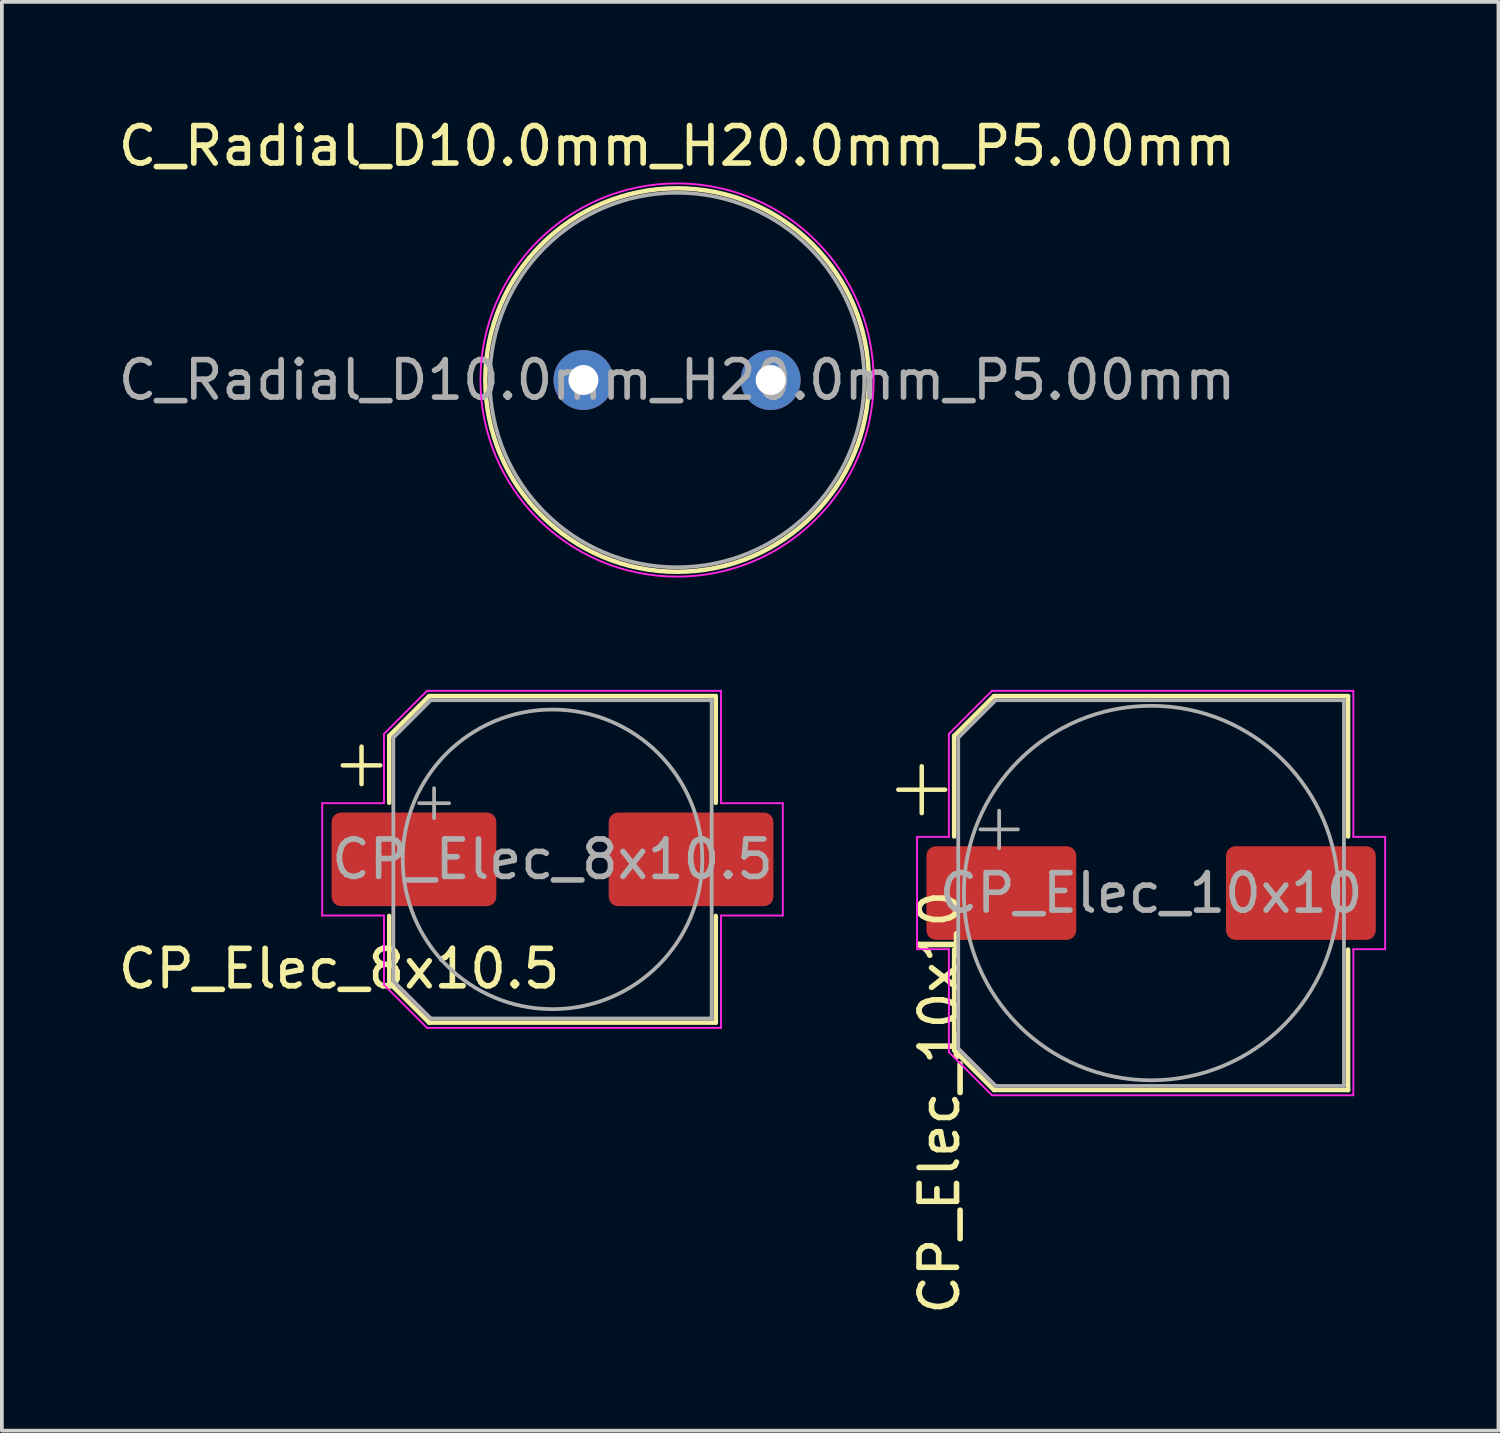
<source format=kicad_pcb>
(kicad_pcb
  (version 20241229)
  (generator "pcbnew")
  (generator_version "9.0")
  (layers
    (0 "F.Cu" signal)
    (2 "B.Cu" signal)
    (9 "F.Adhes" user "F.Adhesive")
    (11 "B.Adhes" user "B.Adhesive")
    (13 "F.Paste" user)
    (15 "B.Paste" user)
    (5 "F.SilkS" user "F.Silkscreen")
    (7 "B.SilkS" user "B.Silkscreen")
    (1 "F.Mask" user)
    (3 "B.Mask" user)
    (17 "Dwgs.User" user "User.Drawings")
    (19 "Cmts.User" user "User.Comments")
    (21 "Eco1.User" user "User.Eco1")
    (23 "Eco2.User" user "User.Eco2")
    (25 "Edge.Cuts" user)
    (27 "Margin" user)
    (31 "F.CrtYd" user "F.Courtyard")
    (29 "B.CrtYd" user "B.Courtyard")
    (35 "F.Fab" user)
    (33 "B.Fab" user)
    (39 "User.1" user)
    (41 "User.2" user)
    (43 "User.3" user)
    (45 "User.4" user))
  (footprint "CP_Elec_8x10.5"
    (layer "F.Cu")
    (at 11.704 19.898)
    (property "Reference" "CP_Elec_8x10.5" (at -5.698 2.921 0) (layer "F.SilkS") (effects (font (size 1 1) (thickness 0.15))))
    (attr smd)
    (fp_line (start -5.6 -2.51) (end -4.6 -2.51) (stroke (width 0.12) (type solid)) (layer "F.SilkS"))
    (fp_line (start -5.1 -3.01) (end -5.1 -2.01) (stroke (width 0.12) (type solid)) (layer "F.SilkS"))
    (fp_line (start -4.36 -3.296) (end -4.36 -1.51) (stroke (width 0.12) (type solid)) (layer "F.SilkS"))
    (fp_line (start -4.36 -3.296) (end -3.296 -4.36) (stroke (width 0.12) (type solid)) (layer "F.SilkS"))
    (fp_line (start -4.36 3.296) (end -4.36 1.51) (stroke (width 0.12) (type solid)) (layer "F.SilkS"))
    (fp_line (start -4.36 3.296) (end -3.296 4.36) (stroke (width 0.12) (type solid)) (layer "F.SilkS"))
    (fp_line (start -3.296 -4.36) (end 4.36 -4.36) (stroke (width 0.12) (type solid)) (layer "F.SilkS"))
    (fp_line (start -3.296 4.36) (end 4.36 4.36) (stroke (width 0.12) (type solid)) (layer "F.SilkS"))
    (fp_line (start 4.36 -4.36) (end 4.36 -1.51) (stroke (width 0.12) (type solid)) (layer "F.SilkS"))
    (fp_line (start 4.36 4.36) (end 4.36 1.51) (stroke (width 0.12) (type solid)) (layer "F.SilkS"))
    (fp_line (start -6.15 -1.5) (end -6.15 1.5) (stroke (width 0.05) (type solid)) (layer "F.CrtYd"))
    (fp_line (start -6.15 1.5) (end -4.5 1.5) (stroke (width 0.05) (type solid)) (layer "F.CrtYd"))
    (fp_line (start -4.5 -3.35) (end -4.5 -1.5) (stroke (width 0.05) (type solid)) (layer "F.CrtYd"))
    (fp_line (start -4.5 -3.35) (end -3.35 -4.5) (stroke (width 0.05) (type solid)) (layer "F.CrtYd"))
    (fp_line (start -4.5 -1.5) (end -6.15 -1.5) (stroke (width 0.05) (type solid)) (layer "F.CrtYd"))
    (fp_line (start -4.5 1.5) (end -4.5 3.35) (stroke (width 0.05) (type solid)) (layer "F.CrtYd"))
    (fp_line (start -4.5 3.35) (end -3.35 4.5) (stroke (width 0.05) (type solid)) (layer "F.CrtYd"))
    (fp_line (start -3.35 -4.5) (end 4.5 -4.5) (stroke (width 0.05) (type solid)) (layer "F.CrtYd"))
    (fp_line (start -3.35 4.5) (end 4.5 4.5) (stroke (width 0.05) (type solid)) (layer "F.CrtYd"))
    (fp_line (start 4.5 -4.5) (end 4.5 -1.5) (stroke (width 0.05) (type solid)) (layer "F.CrtYd"))
    (fp_line (start 4.5 -1.5) (end 6.15 -1.5) (stroke (width 0.05) (type solid)) (layer "F.CrtYd"))
    (fp_line (start 4.5 1.5) (end 4.5 4.5) (stroke (width 0.05) (type solid)) (layer "F.CrtYd"))
    (fp_line (start 6.15 -1.5) (end 6.15 1.5) (stroke (width 0.05) (type solid)) (layer "F.CrtYd"))
    (fp_line (start 6.15 1.5) (end 4.5 1.5) (stroke (width 0.05) (type solid)) (layer "F.CrtYd"))
    (fp_line (start -4.25 -3.25) (end -4.25 3.25) (stroke (width 0.1) (type solid)) (layer "F.Fab"))
    (fp_line (start -4.25 -3.25) (end -3.25 -4.25) (stroke (width 0.1) (type solid)) (layer "F.Fab"))
    (fp_line (start -4.25 3.25) (end -3.25 4.25) (stroke (width 0.1) (type solid)) (layer "F.Fab"))
    (fp_line (start -3.562 -1.5) (end -2.762 -1.5) (stroke (width 0.1) (type solid)) (layer "F.Fab"))
    (fp_line (start -3.25 -4.25) (end 4.25 -4.25) (stroke (width 0.1) (type solid)) (layer "F.Fab"))
    (fp_line (start -3.25 4.25) (end 4.25 4.25) (stroke (width 0.1) (type solid)) (layer "F.Fab"))
    (fp_line (start -3.162 -1.9) (end -3.162 -1.1) (stroke (width 0.1) (type solid)) (layer "F.Fab"))
    (fp_line (start 4.25 -4.25) (end 4.25 4.25) (stroke (width 0.1) (type solid)) (layer "F.Fab"))
    (fp_circle (center 0 0) (end 4 0) (stroke (width 0.1) (type solid)) (fill no) (layer "F.Fab"))
    (fp_text user "${REFERENCE}" (at 0 0 0) (layer "F.Fab") (effects (font (size 1 1) (thickness 0.15))))
    (pad "1" smd roundrect (at -3.7 0) (size 4.4 2.5) (layers "F.Cu" "F.Mask" "F.Paste") (roundrect_rratio 0.1))
    (pad "2" smd roundrect (at 3.7 0) (size 4.4 2.5) (layers "F.Cu" "F.Mask" "F.Paste") (roundrect_rratio 0.1)))
  (footprint "C_Radial_D10.0mm_H20.0mm_P5.00mm"
    (layer "F.Cu")
    (at 12.53 7.098)
    (property "Reference" "C_Radial_D10.0mm_H20.0mm_P5.00mm" (at 2.5 -6.25 180) (layer "F.SilkS") (effects (font (size 1 1) (thickness 0.15))))
    (attr through_hole)
    (fp_circle (center 2.5 0) (end 7.62 0) (stroke (width 0.12) (type solid)) (fill no) (layer "F.SilkS"))
    (fp_circle (center 2.5 0) (end 7.75 0) (stroke (width 0.05) (type solid)) (fill no) (layer "F.CrtYd"))
    (fp_circle (center 2.5 0) (end 7.5 0) (stroke (width 0.1) (type solid)) (fill no) (layer "F.Fab"))
    (fp_text user "${REFERENCE}" (at 2.5 0 180) (layer "F.Fab") (effects (font (size 1 1) (thickness 0.15))))
    (pad "1" thru_hole circle (at 0 0) (size 1.6 1.6) (drill 0.8) (layers "*.Cu" "*.Mask"))
    (pad "2" thru_hole circle (at 5 0) (size 1.6 1.6) (drill 0.8) (layers "*.Cu" "*.Mask")))
  (footprint "CP_Elec_10x10"
    (layer "F.Cu")
    (at 27.689 20.798)
    (property "Reference" "CP_Elec_10x10" (at -5.651 5.588 90) (layer "F.SilkS") (effects (font (size 1 1) (thickness 0.15))))
    (attr smd)
    (fp_line (start -6.75 -2.76) (end -5.5 -2.76) (stroke (width 0.12) (type solid)) (layer "F.SilkS"))
    (fp_line (start -6.125 -3.385) (end -6.125 -2.135) (stroke (width 0.12) (type solid)) (layer "F.SilkS"))
    (fp_line (start -5.26 -4.196) (end -5.26 -1.51) (stroke (width 0.12) (type solid)) (layer "F.SilkS"))
    (fp_line (start -5.26 -4.196) (end -4.196 -5.26) (stroke (width 0.12) (type solid)) (layer "F.SilkS"))
    (fp_line (start -5.26 4.196) (end -5.26 1.51) (stroke (width 0.12) (type solid)) (layer "F.SilkS"))
    (fp_line (start -5.26 4.196) (end -4.196 5.26) (stroke (width 0.12) (type solid)) (layer "F.SilkS"))
    (fp_line (start -4.196 -5.26) (end 5.26 -5.26) (stroke (width 0.12) (type solid)) (layer "F.SilkS"))
    (fp_line (start -4.196 5.26) (end 5.26 5.26) (stroke (width 0.12) (type solid)) (layer "F.SilkS"))
    (fp_line (start 5.26 -5.26) (end 5.26 -1.51) (stroke (width 0.12) (type solid)) (layer "F.SilkS"))
    (fp_line (start 5.26 5.26) (end 5.26 1.51) (stroke (width 0.12) (type solid)) (layer "F.SilkS"))
    (fp_line (start -6.25 -1.5) (end -6.25 1.5) (stroke (width 0.05) (type solid)) (layer "F.CrtYd"))
    (fp_line (start -6.25 1.5) (end -5.4 1.5) (stroke (width 0.05) (type solid)) (layer "F.CrtYd"))
    (fp_line (start -5.4 -4.25) (end -5.4 -1.5) (stroke (width 0.05) (type solid)) (layer "F.CrtYd"))
    (fp_line (start -5.4 -4.25) (end -4.25 -5.4) (stroke (width 0.05) (type solid)) (layer "F.CrtYd"))
    (fp_line (start -5.4 -1.5) (end -6.25 -1.5) (stroke (width 0.05) (type solid)) (layer "F.CrtYd"))
    (fp_line (start -5.4 1.5) (end -5.4 4.25) (stroke (width 0.05) (type solid)) (layer "F.CrtYd"))
    (fp_line (start -5.4 4.25) (end -4.25 5.4) (stroke (width 0.05) (type solid)) (layer "F.CrtYd"))
    (fp_line (start -4.25 -5.4) (end 5.4 -5.4) (stroke (width 0.05) (type solid)) (layer "F.CrtYd"))
    (fp_line (start -4.25 5.4) (end 5.4 5.4) (stroke (width 0.05) (type solid)) (layer "F.CrtYd"))
    (fp_line (start 5.4 -5.4) (end 5.4 -1.5) (stroke (width 0.05) (type solid)) (layer "F.CrtYd"))
    (fp_line (start 5.4 -1.5) (end 6.25 -1.5) (stroke (width 0.05) (type solid)) (layer "F.CrtYd"))
    (fp_line (start 5.4 1.5) (end 5.4 5.4) (stroke (width 0.05) (type solid)) (layer "F.CrtYd"))
    (fp_line (start 6.25 -1.5) (end 6.25 1.5) (stroke (width 0.05) (type solid)) (layer "F.CrtYd"))
    (fp_line (start 6.25 1.5) (end 5.4 1.5) (stroke (width 0.05) (type solid)) (layer "F.CrtYd"))
    (fp_line (start -5.15 -4.15) (end -5.15 4.15) (stroke (width 0.1) (type solid)) (layer "F.Fab"))
    (fp_line (start -5.15 -4.15) (end -4.15 -5.15) (stroke (width 0.1) (type solid)) (layer "F.Fab"))
    (fp_line (start -5.15 4.15) (end -4.15 5.15) (stroke (width 0.1) (type solid)) (layer "F.Fab"))
    (fp_line (start -4.558 -1.7) (end -3.558 -1.7) (stroke (width 0.1) (type solid)) (layer "F.Fab"))
    (fp_line (start -4.15 -5.15) (end 5.15 -5.15) (stroke (width 0.1) (type solid)) (layer "F.Fab"))
    (fp_line (start -4.15 5.15) (end 5.15 5.15) (stroke (width 0.1) (type solid)) (layer "F.Fab"))
    (fp_line (start -4.058 -2.2) (end -4.058 -1.2) (stroke (width 0.1) (type solid)) (layer "F.Fab"))
    (fp_line (start 5.15 -5.15) (end 5.15 5.15) (stroke (width 0.1) (type solid)) (layer "F.Fab"))
    (fp_circle (center 0 0) (end 5 0) (stroke (width 0.1) (type solid)) (fill no) (layer "F.Fab"))
    (fp_text user "${REFERENCE}" (at 0 0 0) (layer "F.Fab") (effects (font (size 1 1) (thickness 0.15))))
    (pad "1" smd roundrect (at -4 0) (size 4 2.5) (layers "F.Cu" "F.Mask" "F.Paste") (roundrect_rratio 0.1))
    (pad "2" smd roundrect (at 4 0) (size 4 2.5) (layers "F.Cu" "F.Mask" "F.Paste") (roundrect_rratio 0.1)))
  (gr_rect
    (start -3 -3)
    (end 36.964 35.154)
    (stroke (width 0.1) (type default))
    (fill no)
    (layer "Edge.Cuts")))
</source>
